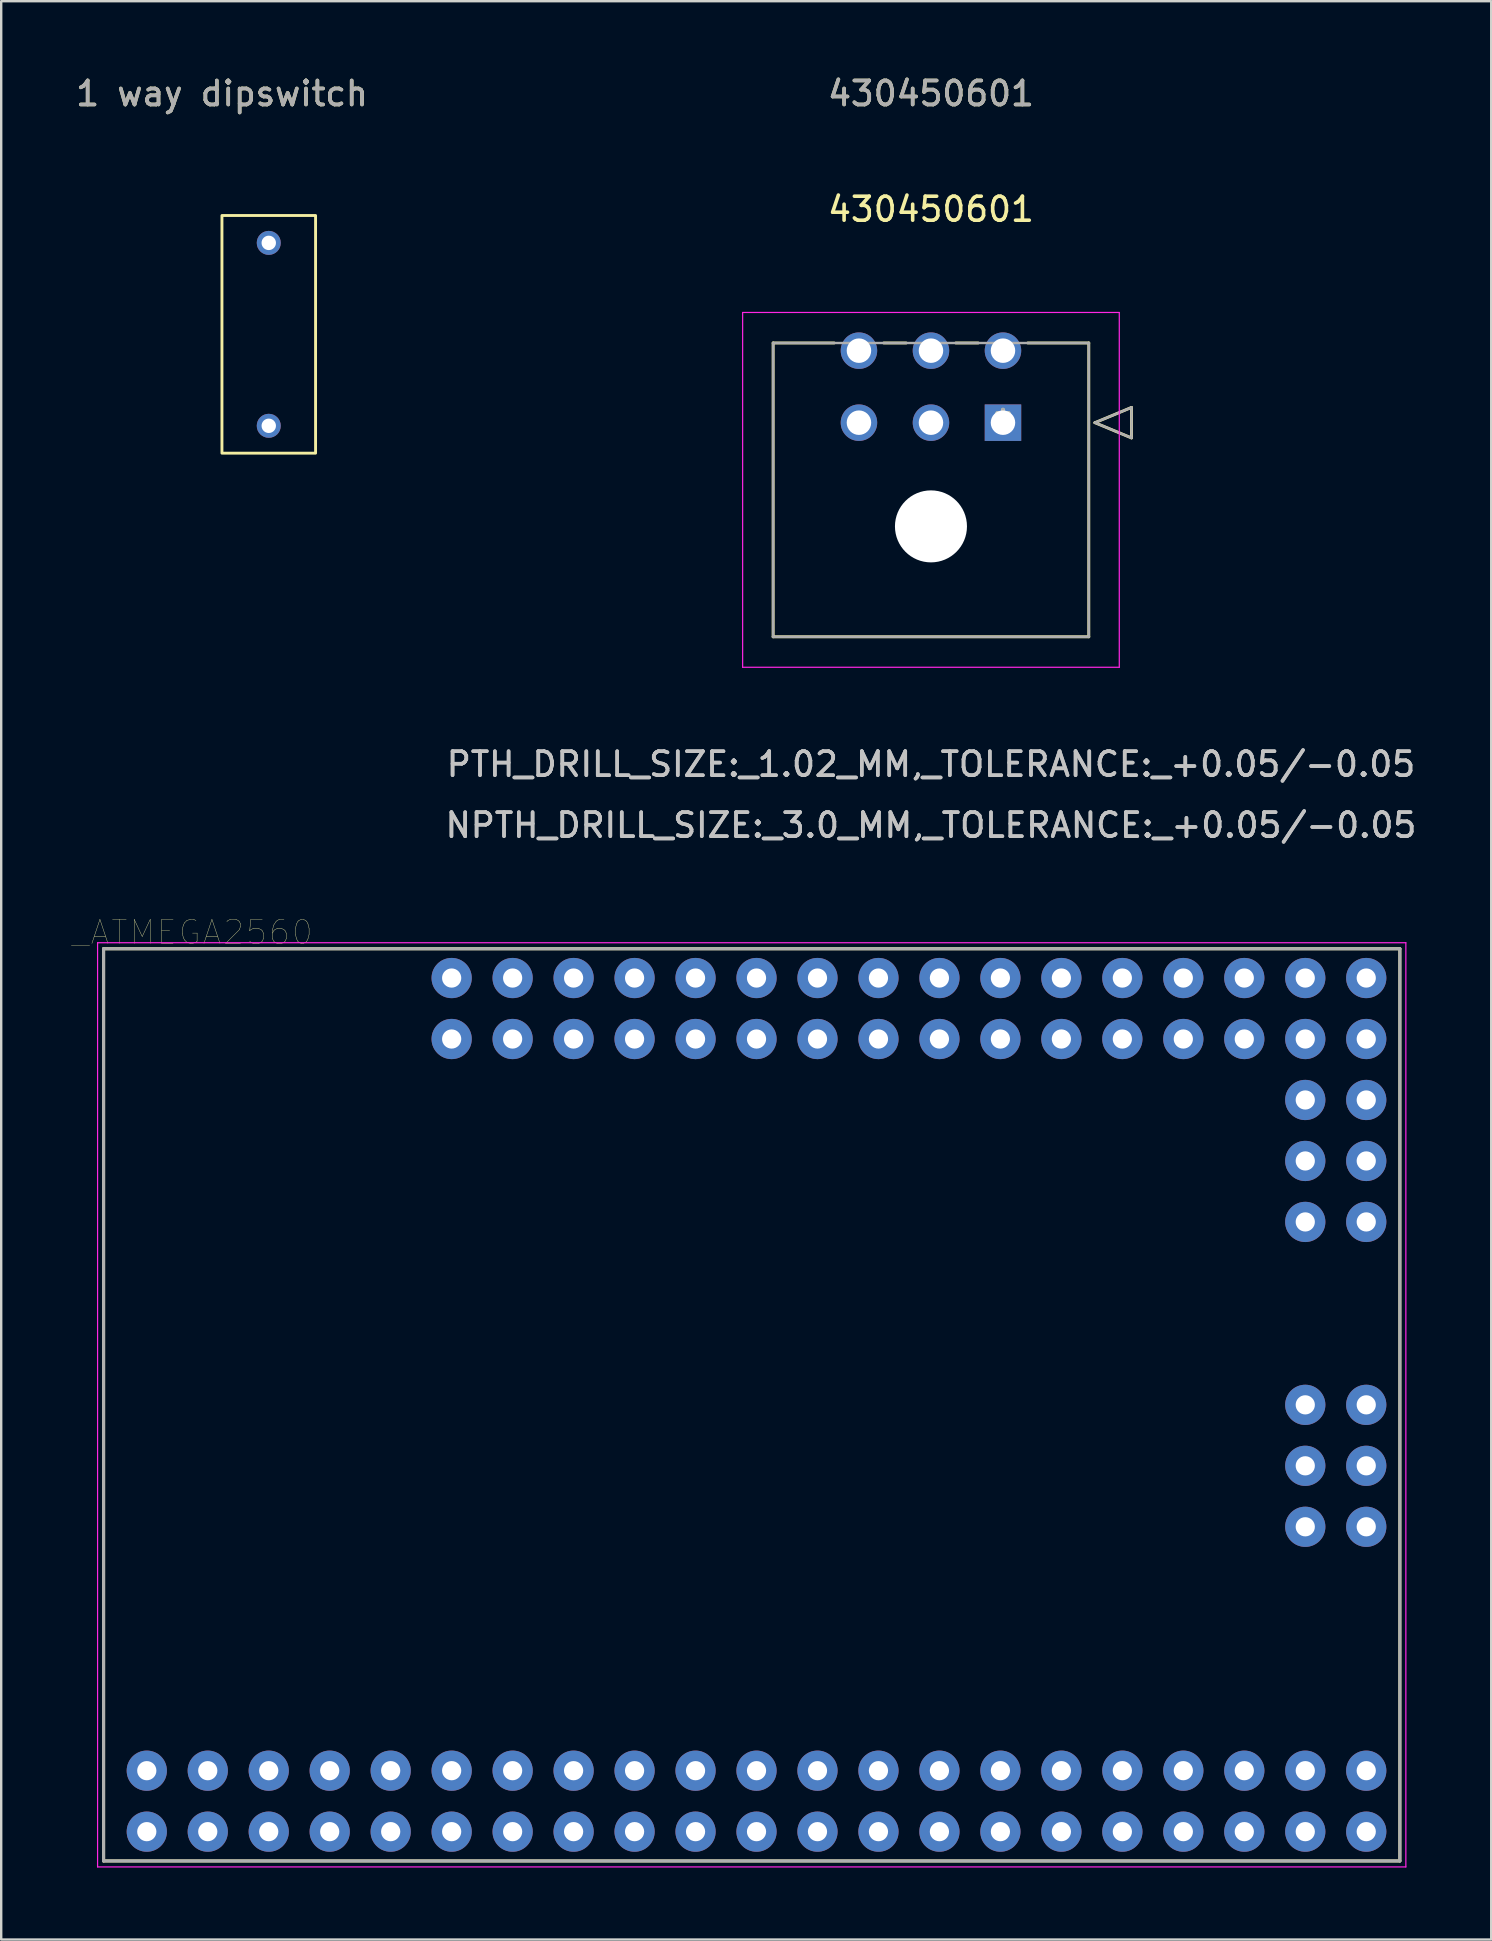
<source format=kicad_pcb>
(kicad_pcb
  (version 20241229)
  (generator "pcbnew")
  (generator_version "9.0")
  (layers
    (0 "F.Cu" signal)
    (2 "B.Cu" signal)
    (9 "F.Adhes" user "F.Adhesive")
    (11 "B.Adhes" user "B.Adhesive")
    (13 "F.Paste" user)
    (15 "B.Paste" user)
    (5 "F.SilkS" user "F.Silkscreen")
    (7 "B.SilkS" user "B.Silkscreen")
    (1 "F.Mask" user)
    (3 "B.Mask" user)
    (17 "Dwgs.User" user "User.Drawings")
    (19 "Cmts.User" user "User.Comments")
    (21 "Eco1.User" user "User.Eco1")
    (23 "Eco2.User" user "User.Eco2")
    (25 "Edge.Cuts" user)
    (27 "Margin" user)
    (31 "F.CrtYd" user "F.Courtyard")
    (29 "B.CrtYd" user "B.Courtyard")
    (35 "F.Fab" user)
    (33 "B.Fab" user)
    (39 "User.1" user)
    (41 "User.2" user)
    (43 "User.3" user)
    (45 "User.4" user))
  (footprint "1 way dipswitch"
    (layer "F.Cu")
    (at 6.196 5.928)
    (property "Reference" "1 way dipswitch" (at 0 -5.08 0) (unlocked yes) (layer "F.SilkS") (effects (font (size 1 1) (thickness 0.15))))
    (attr through_hole)
    (fp_rect (start 0 0) (end 3.9 9.9) (stroke (width 0.12) (type solid)) (fill no) (layer "F.SilkS"))
    (fp_text user "${REFERENCE}" (at 0 -5.08 0) (unlocked yes) (layer "F.Fab") (effects (font (size 1 1) (thickness 0.15))))
    (pad "1" thru_hole circle (at 1.95 8.76) (size 1 1) (drill 0.6) (layers "*.Cu" "*.Mask"))
    (pad "2" thru_hole circle (at 1.95 1.14) (size 1 1) (drill 0.6) (layers "*.Cu" "*.Mask")))
  (footprint "430450601"
    (layer "F.Cu")
    (at 38.732 14.558)
    (property "Reference" "430450601" (at -3 -8.89 0) (layer "F.SilkS") (effects (font (size 1 1) (thickness 0.15))))
    (attr through_hole)
    (fp_line (start -9.575 -3.32) (end -9.575 8.92) (stroke (width 0.12) (type solid)) (layer "F.SilkS"))
    (fp_line (start -9.575 8.92) (end 3.575 8.92) (stroke (width 0.12) (type solid)) (layer "F.SilkS"))
    (fp_line (start -7.032 -3.32) (end -9.575 -3.32) (stroke (width 0.12) (type solid)) (layer "F.SilkS"))
    (fp_line (start -4.032 -3.32) (end -4.968 -3.32) (stroke (width 0.12) (type solid)) (layer "F.SilkS"))
    (fp_line (start -1.032 -3.32) (end -1.968 -3.32) (stroke (width 0.12) (type solid)) (layer "F.SilkS"))
    (fp_line (start 3.575 -3.32) (end 1.032 -3.32) (stroke (width 0.12) (type solid)) (layer "F.SilkS"))
    (fp_line (start 3.575 8.92) (end 3.575 -3.32) (stroke (width 0.12) (type solid)) (layer "F.SilkS"))
    (fp_line (start 3.829 0) (end 5.353 -0.635) (stroke (width 0.12) (type solid)) (layer "F.SilkS"))
    (fp_line (start 5.353 -0.635) (end 5.353 0.635) (stroke (width 0.12) (type solid)) (layer "F.SilkS"))
    (fp_line (start 5.353 0.635) (end 3.829 0) (stroke (width 0.12) (type solid)) (layer "F.SilkS"))
    (fp_line (start -10.845 -4.59) (end -10.845 10.19) (stroke (width 0.05) (type solid)) (layer "F.CrtYd"))
    (fp_line (start -10.845 10.19) (end 4.845 10.19) (stroke (width 0.05) (type solid)) (layer "F.CrtYd"))
    (fp_line (start 4.845 -4.59) (end -10.845 -4.59) (stroke (width 0.05) (type solid)) (layer "F.CrtYd"))
    (fp_line (start 4.845 10.19) (end 4.845 -4.59) (stroke (width 0.05) (type solid)) (layer "F.CrtYd"))
    (fp_line (start -9.575 -3.32) (end -9.575 8.92) (stroke (width 0.1) (type solid)) (layer "F.Fab"))
    (fp_line (start -9.575 8.92) (end 3.575 8.92) (stroke (width 0.1) (type solid)) (layer "F.Fab"))
    (fp_line (start 3.575 -3.32) (end -9.575 -3.32) (stroke (width 0.1) (type solid)) (layer "F.Fab"))
    (fp_line (start 3.575 8.92) (end 3.575 -3.32) (stroke (width 0.1) (type solid)) (layer "F.Fab"))
    (fp_line (start 3.829 0) (end 5.353 -0.635) (stroke (width 0.1) (type solid)) (layer "F.Fab"))
    (fp_line (start 5.353 -0.635) (end 5.353 0.635) (stroke (width 0.1) (type solid)) (layer "F.Fab"))
    (fp_line (start 5.353 0.635) (end 3.829 0) (stroke (width 0.1) (type solid)) (layer "F.Fab"))
    (fp_text user "*" (at 0 0 0) (layer "F.SilkS") (effects (font (size 1 1) (thickness 0.15))))
    (fp_text user "430450601" (at -3 -13.71 0) (layer "F.SilkS") (effects (font (size 1 1) (thickness 0.15))))
    (fp_text user "PTH_DRILL_SIZE:_1.02_MM,_TOLERANCE:_+0.05/-0.05" (at -3 14.23 0) (layer "Dwgs.User") (effects (font (size 1 1) (thickness 0.15))))
    (fp_text user "NPTH_DRILL_SIZE:_3.0_MM,_TOLERANCE:_+0.05/-0.05" (at -3 16.77 0) (layer "Dwgs.User") (effects (font (size 1 1) (thickness 0.15))))
    (fp_text user "NPTH_DRILL_SIZE:_3.0_MM,_TOLERANCE:_+0.05/-0.05" (at -3 16.77 0) (layer "Dwgs.User") (effects (font (size 1 1) (thickness 0.15))))
    (fp_text user "PTH_DRILL_SIZE:_1.02_MM,_TOLERANCE:_+0.05/-0.05" (at -3 14.23 0) (layer "Dwgs.User") (effects (font (size 1 1) (thickness 0.15))))
    (fp_text user "Copyright 2021 Accelerated Designs. All rights reserved." (at 0 0 0) (layer "Cmts.User") (effects (font (size 0.127 0.127) (thickness 0.002))))
    (fp_text user "430450601" (at -3 -13.71 0) (layer "F.Fab") (effects (font (size 1 1) (thickness 0.15))))
    (fp_text user "*" (at 0 0 0) (layer "F.Fab") (effects (font (size 1 1) (thickness 0.15))))
    (pad "" np_thru_hole circle (at -3 4.32) (size 3 3) (drill 3) (layers "*.Cu" "*.Mask"))
    (pad "1" thru_hole rect (at 0 0) (size 1.52 1.52) (drill 1.02) (layers "*.Cu" "*.Mask"))
    (pad "2" thru_hole circle (at -3 0) (size 1.52 1.52) (drill 1.02) (layers "*.Cu" "*.Mask"))
    (pad "3" thru_hole circle (at -6 0) (size 1.52 1.52) (drill 1.02) (layers "*.Cu" "*.Mask"))
    (pad "4" thru_hole circle (at 0 -3) (size 1.52 1.52) (drill 1.02) (layers "*.Cu" "*.Mask"))
    (pad "5" thru_hole circle (at -3 -3) (size 1.52 1.52) (drill 1.02) (layers "*.Cu" "*.Mask"))
    (pad "6" thru_hole circle (at -6 -3) (size 1.52 1.52) (drill 1.02) (layers "*.Cu" "*.Mask")))
  (footprint "_ATMEGA2560"
    (layer "F.Cu")
    (at 28.265 55.473)
    (property "Reference" "_ATMEGA2560" (at -23.295 -19.685 180) (layer "F.SilkS") (effects (font (size 1 1) (thickness 0.015))))
    (attr through_hole)
    (fp_line (start -27 -19) (end 27 -19) (stroke (width 0.127) (type solid)) (layer "F.SilkS"))
    (fp_line (start -27 19) (end -27 -19) (stroke (width 0.127) (type solid)) (layer "F.SilkS"))
    (fp_line (start -27 19) (end 27 19) (stroke (width 0.127) (type solid)) (layer "F.SilkS"))
    (fp_line (start 27 19) (end 27 -19) (stroke (width 0.127) (type solid)) (layer "F.SilkS"))
    (fp_line (start -27.25 -19.25) (end 27.25 -19.25) (stroke (width 0.05) (type solid)) (layer "F.CrtYd"))
    (fp_line (start -27.25 19.25) (end -27.25 -19.25) (stroke (width 0.05) (type solid)) (layer "F.CrtYd"))
    (fp_line (start 27.25 -19.25) (end 27.25 19.25) (stroke (width 0.05) (type solid)) (layer "F.CrtYd"))
    (fp_line (start 27.25 19.25) (end -27.25 19.25) (stroke (width 0.05) (type solid)) (layer "F.CrtYd"))
    (fp_line (start -27 -19) (end 27 -19) (stroke (width 0.127) (type solid)) (layer "F.Fab"))
    (fp_line (start -27 19) (end -27 -19) (stroke (width 0.127) (type solid)) (layer "F.Fab"))
    (fp_line (start -27 19) (end 27 19) (stroke (width 0.127) (type solid)) (layer "F.Fab"))
    (fp_line (start 27 19) (end 27 -19) (stroke (width 0.127) (type solid)) (layer "F.Fab"))
    (pad "3V3_1" thru_hole circle (at -17.58 17.78) (size 1.676 1.676) (drill 0.8) (layers "*.Cu" "*.Mask"))
    (pad "3V3_2" thru_hole circle (at -17.58 15.24) (size 1.676 1.676) (drill 0.8) (layers "*.Cu" "*.Mask"))
    (pad "5V_1" thru_hole circle (at -20.12 17.78) (size 1.676 1.676) (drill 0.8) (layers "*.Cu" "*.Mask"))
    (pad "5V_2" thru_hole circle (at -20.12 15.24) (size 1.676 1.676) (drill 0.8) (layers "*.Cu" "*.Mask"))
    (pad "5V_3" thru_hole circle (at 25.6 0) (size 1.676 1.676) (drill 0.8) (layers "*.Cu" "*.Mask"))
    (pad "A0" thru_hole circle (at -12.5 -17.78) (size 1.676 1.676) (drill 0.8) (layers "*.Cu" "*.Mask"))
    (pad "A1" thru_hole circle (at -12.5 -15.24) (size 1.676 1.676) (drill 0.8) (layers "*.Cu" "*.Mask"))
    (pad "A2" thru_hole circle (at -9.96 -17.78) (size 1.676 1.676) (drill 0.8) (layers "*.Cu" "*.Mask"))
    (pad "A3" thru_hole circle (at -9.96 -15.24) (size 1.676 1.676) (drill 0.8) (layers "*.Cu" "*.Mask"))
    (pad "A4" thru_hole circle (at -7.42 -17.78) (size 1.676 1.676) (drill 0.8) (layers "*.Cu" "*.Mask"))
    (pad "A5" thru_hole circle (at -7.42 -15.24) (size 1.676 1.676) (drill 0.8) (layers "*.Cu" "*.Mask"))
    (pad "A6" thru_hole circle (at -4.88 -17.78) (size 1.676 1.676) (drill 0.8) (layers "*.Cu" "*.Mask"))
    (pad "A7" thru_hole circle (at -4.88 -15.24) (size 1.676 1.676) (drill 0.8) (layers "*.Cu" "*.Mask"))
    (pad "A8" thru_hole circle (at -2.34 -17.78) (size 1.676 1.676) (drill 0.8) (layers "*.Cu" "*.Mask"))
    (pad "A9" thru_hole circle (at -2.34 -15.24) (size 1.676 1.676) (drill 0.8) (layers "*.Cu" "*.Mask"))
    (pad "A10" thru_hole circle (at 0.2 -17.78) (size 1.676 1.676) (drill 0.8) (layers "*.Cu" "*.Mask"))
    (pad "A11" thru_hole circle (at 0.2 -15.24) (size 1.676 1.676) (drill 0.8) (layers "*.Cu" "*.Mask"))
    (pad "A12" thru_hole circle (at 2.74 -17.78) (size 1.676 1.676) (drill 0.8) (layers "*.Cu" "*.Mask"))
    (pad "A13" thru_hole circle (at 2.74 -15.24) (size 1.676 1.676) (drill 0.8) (layers "*.Cu" "*.Mask"))
    (pad "A14" thru_hole circle (at 5.28 -17.78) (size 1.676 1.676) (drill 0.8) (layers "*.Cu" "*.Mask"))
    (pad "A15" thru_hole circle (at 5.28 -15.24) (size 1.676 1.676) (drill 0.8) (layers "*.Cu" "*.Mask"))
    (pad "AREF" thru_hole circle (at -15.04 15.24) (size 1.676 1.676) (drill 0.8) (layers "*.Cu" "*.Mask"))
    (pad "D2" thru_hole circle (at -9.96 15.24) (size 1.676 1.676) (drill 0.8) (layers "*.Cu" "*.Mask"))
    (pad "D3" thru_hole circle (at -9.96 17.78) (size 1.676 1.676) (drill 0.8) (layers "*.Cu" "*.Mask"))
    (pad "D4" thru_hole circle (at -7.42 15.24) (size 1.676 1.676) (drill 0.8) (layers "*.Cu" "*.Mask"))
    (pad "D5" thru_hole circle (at -7.42 17.78) (size 1.676 1.676) (drill 0.8) (layers "*.Cu" "*.Mask"))
    (pad "D6" thru_hole circle (at -4.88 15.24) (size 1.676 1.676) (drill 0.8) (layers "*.Cu" "*.Mask"))
    (pad "D7" thru_hole circle (at -4.88 17.78) (size 1.676 1.676) (drill 0.8) (layers "*.Cu" "*.Mask"))
    (pad "D8" thru_hole circle (at -2.34 15.24) (size 1.676 1.676) (drill 0.8) (layers "*.Cu" "*.Mask"))
    (pad "D9" thru_hole circle (at -2.34 17.78) (size 1.676 1.676) (drill 0.8) (layers "*.Cu" "*.Mask"))
    (pad "D10" thru_hole circle (at 0.2 15.24) (size 1.676 1.676) (drill 0.8) (layers "*.Cu" "*.Mask"))
    (pad "D11" thru_hole circle (at 0.2 17.78) (size 1.676 1.676) (drill 0.8) (layers "*.Cu" "*.Mask"))
    (pad "D12" thru_hole circle (at 2.74 15.24) (size 1.676 1.676) (drill 0.8) (layers "*.Cu" "*.Mask"))
    (pad "D13" thru_hole circle (at 2.74 17.78) (size 1.676 1.676) (drill 0.8) (layers "*.Cu" "*.Mask"))
    (pad "D14" thru_hole circle (at 5.28 15.24) (size 1.676 1.676) (drill 0.8) (layers "*.Cu" "*.Mask"))
    (pad "D15" thru_hole circle (at 5.28 17.78) (size 1.676 1.676) (drill 0.8) (layers "*.Cu" "*.Mask"))
    (pad "D16" thru_hole circle (at 7.82 15.24) (size 1.676 1.676) (drill 0.8) (layers "*.Cu" "*.Mask"))
    (pad "D17" thru_hole circle (at 7.82 17.78) (size 1.676 1.676) (drill 0.8) (layers "*.Cu" "*.Mask"))
    (pad "D18" thru_hole circle (at 10.36 15.24) (size 1.676 1.676) (drill 0.8) (layers "*.Cu" "*.Mask"))
    (pad "D19" thru_hole circle (at 10.36 17.78) (size 1.676 1.676) (drill 0.8) (layers "*.Cu" "*.Mask"))
    (pad "D20" thru_hole circle (at 12.9 15.24) (size 1.676 1.676) (drill 0.8) (layers "*.Cu" "*.Mask"))
    (pad "D21" thru_hole circle (at 12.9 17.78) (size 1.676 1.676) (drill 0.8) (layers "*.Cu" "*.Mask"))
    (pad "D22" thru_hole circle (at 15.44 15.24) (size 1.676 1.676) (drill 0.8) (layers "*.Cu" "*.Mask"))
    (pad "D23" thru_hole circle (at 15.44 17.78) (size 1.676 1.676) (drill 0.8) (layers "*.Cu" "*.Mask"))
    (pad "D24" thru_hole circle (at 17.98 15.24) (size 1.676 1.676) (drill 0.8) (layers "*.Cu" "*.Mask"))
    (pad "D25" thru_hole circle (at 17.98 17.78) (size 1.676 1.676) (drill 0.8) (layers "*.Cu" "*.Mask"))
    (pad "D26" thru_hole circle (at 20.52 15.24) (size 1.676 1.676) (drill 0.8) (layers "*.Cu" "*.Mask"))
    (pad "D27" thru_hole circle (at 20.52 17.78) (size 1.676 1.676) (drill 0.8) (layers "*.Cu" "*.Mask"))
    (pad "D28" thru_hole circle (at 23.06 15.24) (size 1.676 1.676) (drill 0.8) (layers "*.Cu" "*.Mask"))
    (pad "D29" thru_hole circle (at 23.06 17.78) (size 1.676 1.676) (drill 0.8) (layers "*.Cu" "*.Mask"))
    (pad "D30" thru_hole circle (at 25.6 15.24) (size 1.676 1.676) (drill 0.8) (layers "*.Cu" "*.Mask"))
    (pad "D31" thru_hole circle (at 25.6 17.78) (size 1.676 1.676) (drill 0.8) (layers "*.Cu" "*.Mask"))
    (pad "D32" thru_hole circle (at 7.82 -17.78) (size 1.676 1.676) (drill 0.8) (layers "*.Cu" "*.Mask"))
    (pad "D33" thru_hole circle (at 7.82 -15.24) (size 1.676 1.676) (drill 0.8) (layers "*.Cu" "*.Mask"))
    (pad "D34" thru_hole circle (at 10.36 -17.78) (size 1.676 1.676) (drill 0.8) (layers "*.Cu" "*.Mask"))
    (pad "D35" thru_hole circle (at 10.36 -15.24) (size 1.676 1.676) (drill 0.8) (layers "*.Cu" "*.Mask"))
    (pad "D36" thru_hole circle (at 12.9 -17.78) (size 1.676 1.676) (drill 0.8) (layers "*.Cu" "*.Mask"))
    (pad "D37" thru_hole circle (at 12.9 -15.24) (size 1.676 1.676) (drill 0.8) (layers "*.Cu" "*.Mask"))
    (pad "D38" thru_hole circle (at 15.44 -17.78) (size 1.676 1.676) (drill 0.8) (layers "*.Cu" "*.Mask"))
    (pad "D39" thru_hole circle (at 15.44 -15.24) (size 1.676 1.676) (drill 0.8) (layers "*.Cu" "*.Mask"))
    (pad "D40" thru_hole circle (at 17.98 -17.78) (size 1.676 1.676) (drill 0.8) (layers "*.Cu" "*.Mask"))
    (pad "D41" thru_hole circle (at 17.98 -15.24) (size 1.676 1.676) (drill 0.8) (layers "*.Cu" "*.Mask"))
    (pad "D42" thru_hole circle (at 20.52 -17.78) (size 1.676 1.676) (drill 0.8) (layers "*.Cu" "*.Mask"))
    (pad "D43" thru_hole circle (at 20.52 -15.24) (size 1.676 1.676) (drill 0.8) (layers "*.Cu" "*.Mask"))
    (pad "D44" thru_hole circle (at 23.06 -17.78) (size 1.676 1.676) (drill 0.8) (layers "*.Cu" "*.Mask"))
    (pad "D45" thru_hole circle (at 23.06 -15.24) (size 1.676 1.676) (drill 0.8) (layers "*.Cu" "*.Mask"))
    (pad "D46" thru_hole circle (at 25.6 -17.78) (size 1.676 1.676) (drill 0.8) (layers "*.Cu" "*.Mask"))
    (pad "D47" thru_hole circle (at 25.6 -15.24) (size 1.676 1.676) (drill 0.8) (layers "*.Cu" "*.Mask"))
    (pad "D48" thru_hole circle (at 25.6 -12.7) (size 1.676 1.676) (drill 0.8) (layers "*.Cu" "*.Mask"))
    (pad "D49" thru_hole circle (at 23.06 -12.7) (size 1.676 1.676) (drill 0.8) (layers "*.Cu" "*.Mask"))
    (pad "D50" thru_hole circle (at 25.6 -10.16) (size 1.676 1.676) (drill 0.8) (layers "*.Cu" "*.Mask"))
    (pad "D51" thru_hole circle (at 23.06 -10.16) (size 1.676 1.676) (drill 0.8) (layers "*.Cu" "*.Mask"))
    (pad "D52" thru_hole circle (at 25.6 -7.62) (size 1.676 1.676) (drill 0.8) (layers "*.Cu" "*.Mask"))
    (pad "D53" thru_hole circle (at 23.06 -7.62) (size 1.676 1.676) (drill 0.8) (layers "*.Cu" "*.Mask"))
    (pad "GND_1" thru_hole circle (at -22.66 17.78) (size 1.676 1.676) (drill 0.8) (layers "*.Cu" "*.Mask"))
    (pad "GND_2" thru_hole circle (at -22.66 15.24) (size 1.676 1.676) (drill 0.8) (layers "*.Cu" "*.Mask"))
    (pad "GND_3" thru_hole circle (at 25.6 5.08) (size 1.676 1.676) (drill 0.8) (layers "*.Cu" "*.Mask"))
    (pad "MISO" thru_hole circle (at 23.06 0) (size 1.676 1.676) (drill 0.8) (layers "*.Cu" "*.Mask"))
    (pad "MOSI" thru_hole circle (at 25.6 2.54) (size 1.676 1.676) (drill 0.8) (layers "*.Cu" "*.Mask"))
    (pad "RESET" thru_hole circle (at 23.06 5.08) (size 1.676 1.676) (drill 0.8) (layers "*.Cu" "*.Mask"))
    (pad "RST" thru_hole circle (at -15.04 17.78) (size 1.676 1.676) (drill 0.8) (layers "*.Cu" "*.Mask"))
    (pad "RX" thru_hole circle (at -12.5 15.24) (size 1.676 1.676) (drill 0.8) (layers "*.Cu" "*.Mask"))
    (pad "SCK" thru_hole circle (at 23.06 2.54) (size 1.676 1.676) (drill 0.8) (layers "*.Cu" "*.Mask"))
    (pad "TX" thru_hole circle (at -12.5 17.78) (size 1.676 1.676) (drill 0.8) (layers "*.Cu" "*.Mask"))
    (pad "VIN_1" thru_hole circle (at -25.2 17.78) (size 1.676 1.676) (drill 0.8) (layers "*.Cu" "*.Mask"))
    (pad "VIN_2" thru_hole circle (at -25.2 15.24) (size 1.676 1.676) (drill 0.8) (layers "*.Cu" "*.Mask")))
  (gr_rect
    (start -3 -3)
    (end 59.071 77.748)
    (stroke (width 0.1) (type default))
    (fill no)
    (layer "Edge.Cuts")))
</source>
